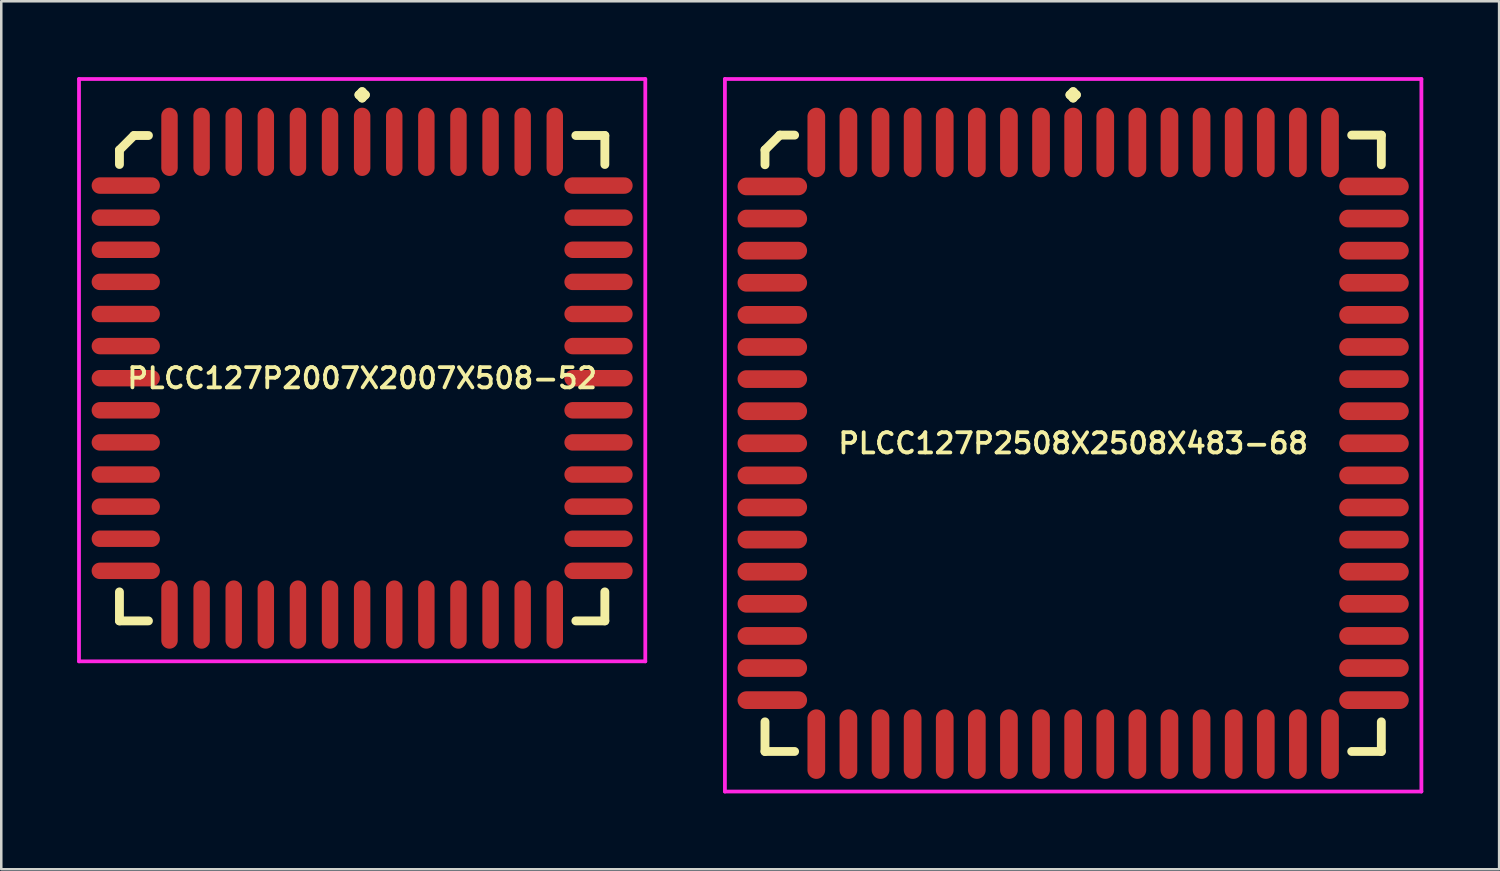
<source format=kicad_pcb>
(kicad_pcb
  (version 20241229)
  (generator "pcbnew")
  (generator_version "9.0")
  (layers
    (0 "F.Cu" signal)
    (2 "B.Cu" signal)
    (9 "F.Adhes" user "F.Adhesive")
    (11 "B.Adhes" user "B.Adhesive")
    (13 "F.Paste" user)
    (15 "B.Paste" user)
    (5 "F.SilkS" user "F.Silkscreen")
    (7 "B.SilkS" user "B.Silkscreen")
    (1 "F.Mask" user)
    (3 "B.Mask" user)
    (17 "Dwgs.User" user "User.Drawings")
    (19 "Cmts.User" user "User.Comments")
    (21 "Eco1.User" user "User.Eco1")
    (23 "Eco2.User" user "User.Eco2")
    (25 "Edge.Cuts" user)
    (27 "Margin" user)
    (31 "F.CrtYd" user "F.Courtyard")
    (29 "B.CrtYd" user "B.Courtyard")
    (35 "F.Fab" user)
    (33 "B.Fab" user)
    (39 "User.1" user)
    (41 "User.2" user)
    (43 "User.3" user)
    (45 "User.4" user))
  (footprint "PLCC127P2007X2007X508-52"
    (layer "F.Cu")
    (at 11.275 11.91)
    (property "Reference" "PLCC127P2007X2007X508-52" (at 0 0 0) (layer "F.SilkS") (effects (font (size 0.8 0.8) (thickness 0.15))))
    (attr smd)
    (fp_line (start -9.6 -9.027) (end -9.027 -9.6) (stroke (width 0.35) (type solid)) (layer "F.SilkS"))
    (fp_line (start -9.6 -8.453) (end -9.6 -9.027) (stroke (width 0.35) (type solid)) (layer "F.SilkS"))
    (fp_line (start -9.6 8.453) (end -9.6 9.6) (stroke (width 0.35) (type solid)) (layer "F.SilkS"))
    (fp_line (start -9.6 9.6) (end -8.453 9.6) (stroke (width 0.35) (type solid)) (layer "F.SilkS"))
    (fp_line (start -9.027 -9.6) (end -8.453 -9.6) (stroke (width 0.35) (type solid)) (layer "F.SilkS"))
    (fp_line (start -0.127 -11.208) (end 0 -11.335) (stroke (width 0.35) (type solid)) (layer "F.SilkS"))
    (fp_line (start 0 -11.335) (end 0.127 -11.208) (stroke (width 0.35) (type solid)) (layer "F.SilkS"))
    (fp_line (start 0 -11.081) (end -0.127 -11.208) (stroke (width 0.35) (type solid)) (layer "F.SilkS"))
    (fp_line (start 0.127 -11.208) (end 0 -11.081) (stroke (width 0.35) (type solid)) (layer "F.SilkS"))
    (fp_line (start 9.6 -9.6) (end 8.453 -9.6) (stroke (width 0.35) (type solid)) (layer "F.SilkS"))
    (fp_line (start 9.6 -8.453) (end 9.6 -9.6) (stroke (width 0.35) (type solid)) (layer "F.SilkS"))
    (fp_line (start 9.6 8.453) (end 9.6 9.6) (stroke (width 0.35) (type solid)) (layer "F.SilkS"))
    (fp_line (start 9.6 9.6) (end 8.453 9.6) (stroke (width 0.35) (type solid)) (layer "F.SilkS"))
    (fp_line (start -11.2 -11.835) (end 11.2 -11.835) (stroke (width 0.15) (type solid)) (layer "F.CrtYd"))
    (fp_line (start -11.2 11.2) (end -11.2 -11.835) (stroke (width 0.15) (type solid)) (layer "F.CrtYd"))
    (fp_line (start 11.2 -11.835) (end 11.2 11.2) (stroke (width 0.15) (type solid)) (layer "F.CrtYd"))
    (fp_line (start 11.2 11.2) (end -11.2 11.2) (stroke (width 0.15) (type solid)) (layer "F.CrtYd"))
    (pad "1" smd oval (at 0 -9.35) (size 0.65 2.7) (layers "F.Cu" "F.Mask" "F.Paste"))
    (pad "2" smd oval (at -1.27 -9.35) (size 0.65 2.7) (layers "F.Cu" "F.Mask" "F.Paste"))
    (pad "3" smd oval (at -2.54 -9.35) (size 0.65 2.7) (layers "F.Cu" "F.Mask" "F.Paste"))
    (pad "4" smd oval (at -3.81 -9.35) (size 0.65 2.7) (layers "F.Cu" "F.Mask" "F.Paste"))
    (pad "5" smd oval (at -5.08 -9.35) (size 0.65 2.7) (layers "F.Cu" "F.Mask" "F.Paste"))
    (pad "6" smd oval (at -6.35 -9.35) (size 0.65 2.7) (layers "F.Cu" "F.Mask" "F.Paste"))
    (pad "7" smd oval (at -7.62 -9.35) (size 0.65 2.7) (layers "F.Cu" "F.Mask" "F.Paste"))
    (pad "8" smd oval (at -9.35 -7.62) (size 2.7 0.65) (layers "F.Cu" "F.Mask" "F.Paste"))
    (pad "9" smd oval (at -9.35 -6.35) (size 2.7 0.65) (layers "F.Cu" "F.Mask" "F.Paste"))
    (pad "10" smd oval (at -9.35 -5.08) (size 2.7 0.65) (layers "F.Cu" "F.Mask" "F.Paste"))
    (pad "11" smd oval (at -9.35 -3.81) (size 2.7 0.65) (layers "F.Cu" "F.Mask" "F.Paste"))
    (pad "12" smd oval (at -9.35 -2.54) (size 2.7 0.65) (layers "F.Cu" "F.Mask" "F.Paste"))
    (pad "13" smd oval (at -9.35 -1.27) (size 2.7 0.65) (layers "F.Cu" "F.Mask" "F.Paste"))
    (pad "14" smd oval (at -9.35 0) (size 2.7 0.65) (layers "F.Cu" "F.Mask" "F.Paste"))
    (pad "15" smd oval (at -9.35 1.27) (size 2.7 0.65) (layers "F.Cu" "F.Mask" "F.Paste"))
    (pad "16" smd oval (at -9.35 2.54) (size 2.7 0.65) (layers "F.Cu" "F.Mask" "F.Paste"))
    (pad "17" smd oval (at -9.35 3.81) (size 2.7 0.65) (layers "F.Cu" "F.Mask" "F.Paste"))
    (pad "18" smd oval (at -9.35 5.08) (size 2.7 0.65) (layers "F.Cu" "F.Mask" "F.Paste"))
    (pad "19" smd oval (at -9.35 6.35) (size 2.7 0.65) (layers "F.Cu" "F.Mask" "F.Paste"))
    (pad "20" smd oval (at -9.35 7.62) (size 2.7 0.65) (layers "F.Cu" "F.Mask" "F.Paste"))
    (pad "21" smd oval (at -7.62 9.35) (size 0.65 2.7) (layers "F.Cu" "F.Mask" "F.Paste"))
    (pad "22" smd oval (at -6.35 9.35) (size 0.65 2.7) (layers "F.Cu" "F.Mask" "F.Paste"))
    (pad "23" smd oval (at -5.08 9.35) (size 0.65 2.7) (layers "F.Cu" "F.Mask" "F.Paste"))
    (pad "24" smd oval (at -3.81 9.35) (size 0.65 2.7) (layers "F.Cu" "F.Mask" "F.Paste"))
    (pad "25" smd oval (at -2.54 9.35) (size 0.65 2.7) (layers "F.Cu" "F.Mask" "F.Paste"))
    (pad "26" smd oval (at -1.27 9.35) (size 0.65 2.7) (layers "F.Cu" "F.Mask" "F.Paste"))
    (pad "27" smd oval (at 0 9.35) (size 0.65 2.7) (layers "F.Cu" "F.Mask" "F.Paste"))
    (pad "28" smd oval (at 1.27 9.35) (size 0.65 2.7) (layers "F.Cu" "F.Mask" "F.Paste"))
    (pad "29" smd oval (at 2.54 9.35) (size 0.65 2.7) (layers "F.Cu" "F.Mask" "F.Paste"))
    (pad "30" smd oval (at 3.81 9.35) (size 0.65 2.7) (layers "F.Cu" "F.Mask" "F.Paste"))
    (pad "31" smd oval (at 5.08 9.35) (size 0.65 2.7) (layers "F.Cu" "F.Mask" "F.Paste"))
    (pad "32" smd oval (at 6.35 9.35) (size 0.65 2.7) (layers "F.Cu" "F.Mask" "F.Paste"))
    (pad "33" smd oval (at 7.62 9.35) (size 0.65 2.7) (layers "F.Cu" "F.Mask" "F.Paste"))
    (pad "34" smd oval (at 9.35 7.62) (size 2.7 0.65) (layers "F.Cu" "F.Mask" "F.Paste"))
    (pad "35" smd oval (at 9.35 6.35) (size 2.7 0.65) (layers "F.Cu" "F.Mask" "F.Paste"))
    (pad "36" smd oval (at 9.35 5.08) (size 2.7 0.65) (layers "F.Cu" "F.Mask" "F.Paste"))
    (pad "37" smd oval (at 9.35 3.81) (size 2.7 0.65) (layers "F.Cu" "F.Mask" "F.Paste"))
    (pad "38" smd oval (at 9.35 2.54) (size 2.7 0.65) (layers "F.Cu" "F.Mask" "F.Paste"))
    (pad "39" smd oval (at 9.35 1.27) (size 2.7 0.65) (layers "F.Cu" "F.Mask" "F.Paste"))
    (pad "40" smd oval (at 9.35 0) (size 2.7 0.65) (layers "F.Cu" "F.Mask" "F.Paste"))
    (pad "41" smd oval (at 9.35 -1.27) (size 2.7 0.65) (layers "F.Cu" "F.Mask" "F.Paste"))
    (pad "42" smd oval (at 9.35 -2.54) (size 2.7 0.65) (layers "F.Cu" "F.Mask" "F.Paste"))
    (pad "43" smd oval (at 9.35 -3.81) (size 2.7 0.65) (layers "F.Cu" "F.Mask" "F.Paste"))
    (pad "44" smd oval (at 9.35 -5.08) (size 2.7 0.65) (layers "F.Cu" "F.Mask" "F.Paste"))
    (pad "45" smd oval (at 9.35 -6.35) (size 2.7 0.65) (layers "F.Cu" "F.Mask" "F.Paste"))
    (pad "46" smd oval (at 9.35 -7.62) (size 2.7 0.65) (layers "F.Cu" "F.Mask" "F.Paste"))
    (pad "47" smd oval (at 7.62 -9.35) (size 0.65 2.7) (layers "F.Cu" "F.Mask" "F.Paste"))
    (pad "48" smd oval (at 6.35 -9.35) (size 0.65 2.7) (layers "F.Cu" "F.Mask" "F.Paste"))
    (pad "49" smd oval (at 5.08 -9.35) (size 0.65 2.7) (layers "F.Cu" "F.Mask" "F.Paste"))
    (pad "50" smd oval (at 3.81 -9.35) (size 0.65 2.7) (layers "F.Cu" "F.Mask" "F.Paste"))
    (pad "51" smd oval (at 2.54 -9.35) (size 0.65 2.7) (layers "F.Cu" "F.Mask" "F.Paste"))
    (pad "52" smd oval (at 1.27 -9.35) (size 0.65 2.7) (layers "F.Cu" "F.Mask" "F.Paste")))
  (footprint "PLCC127P2508X2508X483-68"
    (layer "F.Cu")
    (at 39.4 14.485)
    (property "Reference" "PLCC127P2508X2508X483-68" (at 0 0 0) (layer "F.SilkS") (effects (font (size 0.8 0.8) (thickness 0.15))))
    (attr smd)
    (fp_line (start -12.19 -11.604) (end -11.604 -12.19) (stroke (width 0.35) (type solid)) (layer "F.SilkS"))
    (fp_line (start -12.19 -11.018) (end -12.19 -11.604) (stroke (width 0.35) (type solid)) (layer "F.SilkS"))
    (fp_line (start -12.19 11.018) (end -12.19 12.19) (stroke (width 0.35) (type solid)) (layer "F.SilkS"))
    (fp_line (start -12.19 12.19) (end -11.018 12.19) (stroke (width 0.35) (type solid)) (layer "F.SilkS"))
    (fp_line (start -11.604 -12.19) (end -11.018 -12.19) (stroke (width 0.35) (type solid)) (layer "F.SilkS"))
    (fp_line (start -0.127 -13.783) (end 0 -13.91) (stroke (width 0.35) (type solid)) (layer "F.SilkS"))
    (fp_line (start 0 -13.91) (end 0.127 -13.783) (stroke (width 0.35) (type solid)) (layer "F.SilkS"))
    (fp_line (start 0 -13.656) (end -0.127 -13.783) (stroke (width 0.35) (type solid)) (layer "F.SilkS"))
    (fp_line (start 0.127 -13.783) (end 0 -13.656) (stroke (width 0.35) (type solid)) (layer "F.SilkS"))
    (fp_line (start 12.19 -12.19) (end 11.018 -12.19) (stroke (width 0.35) (type solid)) (layer "F.SilkS"))
    (fp_line (start 12.19 -11.018) (end 12.19 -12.19) (stroke (width 0.35) (type solid)) (layer "F.SilkS"))
    (fp_line (start 12.19 11.018) (end 12.19 12.19) (stroke (width 0.35) (type solid)) (layer "F.SilkS"))
    (fp_line (start 12.19 12.19) (end 11.018 12.19) (stroke (width 0.35) (type solid)) (layer "F.SilkS"))
    (fp_line (start -13.775 -14.41) (end 13.775 -14.41) (stroke (width 0.15) (type solid)) (layer "F.CrtYd"))
    (fp_line (start -13.775 13.775) (end -13.775 -14.41) (stroke (width 0.15) (type solid)) (layer "F.CrtYd"))
    (fp_line (start 13.775 -14.41) (end 13.775 13.775) (stroke (width 0.15) (type solid)) (layer "F.CrtYd"))
    (fp_line (start 13.775 13.775) (end -13.775 13.775) (stroke (width 0.15) (type solid)) (layer "F.CrtYd"))
    (pad "1" smd oval (at 0 -11.9) (size 0.7 2.75) (layers "F.Cu" "F.Mask" "F.Paste"))
    (pad "2" smd oval (at -1.27 -11.9) (size 0.7 2.75) (layers "F.Cu" "F.Mask" "F.Paste"))
    (pad "3" smd oval (at -2.54 -11.9) (size 0.7 2.75) (layers "F.Cu" "F.Mask" "F.Paste"))
    (pad "4" smd oval (at -3.81 -11.9) (size 0.7 2.75) (layers "F.Cu" "F.Mask" "F.Paste"))
    (pad "5" smd oval (at -5.08 -11.9) (size 0.7 2.75) (layers "F.Cu" "F.Mask" "F.Paste"))
    (pad "6" smd oval (at -6.35 -11.9) (size 0.7 2.75) (layers "F.Cu" "F.Mask" "F.Paste"))
    (pad "7" smd oval (at -7.62 -11.9) (size 0.7 2.75) (layers "F.Cu" "F.Mask" "F.Paste"))
    (pad "8" smd oval (at -8.89 -11.9) (size 0.7 2.75) (layers "F.Cu" "F.Mask" "F.Paste"))
    (pad "9" smd oval (at -10.16 -11.9) (size 0.7 2.75) (layers "F.Cu" "F.Mask" "F.Paste"))
    (pad "10" smd oval (at -11.9 -10.16) (size 2.75 0.7) (layers "F.Cu" "F.Mask" "F.Paste"))
    (pad "11" smd oval (at -11.9 -8.89) (size 2.75 0.7) (layers "F.Cu" "F.Mask" "F.Paste"))
    (pad "12" smd oval (at -11.9 -7.62) (size 2.75 0.7) (layers "F.Cu" "F.Mask" "F.Paste"))
    (pad "13" smd oval (at -11.9 -6.35) (size 2.75 0.7) (layers "F.Cu" "F.Mask" "F.Paste"))
    (pad "14" smd oval (at -11.9 -5.08) (size 2.75 0.7) (layers "F.Cu" "F.Mask" "F.Paste"))
    (pad "15" smd oval (at -11.9 -3.81) (size 2.75 0.7) (layers "F.Cu" "F.Mask" "F.Paste"))
    (pad "16" smd oval (at -11.9 -2.54) (size 2.75 0.7) (layers "F.Cu" "F.Mask" "F.Paste"))
    (pad "17" smd oval (at -11.9 -1.27) (size 2.75 0.7) (layers "F.Cu" "F.Mask" "F.Paste"))
    (pad "18" smd oval (at -11.9 0) (size 2.75 0.7) (layers "F.Cu" "F.Mask" "F.Paste"))
    (pad "19" smd oval (at -11.9 1.27) (size 2.75 0.7) (layers "F.Cu" "F.Mask" "F.Paste"))
    (pad "20" smd oval (at -11.9 2.54) (size 2.75 0.7) (layers "F.Cu" "F.Mask" "F.Paste"))
    (pad "21" smd oval (at -11.9 3.81) (size 2.75 0.7) (layers "F.Cu" "F.Mask" "F.Paste"))
    (pad "22" smd oval (at -11.9 5.08) (size 2.75 0.7) (layers "F.Cu" "F.Mask" "F.Paste"))
    (pad "23" smd oval (at -11.9 6.35) (size 2.75 0.7) (layers "F.Cu" "F.Mask" "F.Paste"))
    (pad "24" smd oval (at -11.9 7.62) (size 2.75 0.7) (layers "F.Cu" "F.Mask" "F.Paste"))
    (pad "25" smd oval (at -11.9 8.89) (size 2.75 0.7) (layers "F.Cu" "F.Mask" "F.Paste"))
    (pad "26" smd oval (at -11.9 10.16) (size 2.75 0.7) (layers "F.Cu" "F.Mask" "F.Paste"))
    (pad "27" smd oval (at -10.16 11.9) (size 0.7 2.75) (layers "F.Cu" "F.Mask" "F.Paste"))
    (pad "28" smd oval (at -8.89 11.9) (size 0.7 2.75) (layers "F.Cu" "F.Mask" "F.Paste"))
    (pad "29" smd oval (at -7.62 11.9) (size 0.7 2.75) (layers "F.Cu" "F.Mask" "F.Paste"))
    (pad "30" smd oval (at -6.35 11.9) (size 0.7 2.75) (layers "F.Cu" "F.Mask" "F.Paste"))
    (pad "31" smd oval (at -5.08 11.9) (size 0.7 2.75) (layers "F.Cu" "F.Mask" "F.Paste"))
    (pad "32" smd oval (at -3.81 11.9) (size 0.7 2.75) (layers "F.Cu" "F.Mask" "F.Paste"))
    (pad "33" smd oval (at -2.54 11.9) (size 0.7 2.75) (layers "F.Cu" "F.Mask" "F.Paste"))
    (pad "34" smd oval (at -1.27 11.9) (size 0.7 2.75) (layers "F.Cu" "F.Mask" "F.Paste"))
    (pad "35" smd oval (at 0 11.9) (size 0.7 2.75) (layers "F.Cu" "F.Mask" "F.Paste"))
    (pad "36" smd oval (at 1.27 11.9) (size 0.7 2.75) (layers "F.Cu" "F.Mask" "F.Paste"))
    (pad "37" smd oval (at 2.54 11.9) (size 0.7 2.75) (layers "F.Cu" "F.Mask" "F.Paste"))
    (pad "38" smd oval (at 3.81 11.9) (size 0.7 2.75) (layers "F.Cu" "F.Mask" "F.Paste"))
    (pad "39" smd oval (at 5.08 11.9) (size 0.7 2.75) (layers "F.Cu" "F.Mask" "F.Paste"))
    (pad "40" smd oval (at 6.35 11.9) (size 0.7 2.75) (layers "F.Cu" "F.Mask" "F.Paste"))
    (pad "41" smd oval (at 7.62 11.9) (size 0.7 2.75) (layers "F.Cu" "F.Mask" "F.Paste"))
    (pad "42" smd oval (at 8.89 11.9) (size 0.7 2.75) (layers "F.Cu" "F.Mask" "F.Paste"))
    (pad "43" smd oval (at 10.16 11.9) (size 0.7 2.75) (layers "F.Cu" "F.Mask" "F.Paste"))
    (pad "44" smd oval (at 11.9 10.16) (size 2.75 0.7) (layers "F.Cu" "F.Mask" "F.Paste"))
    (pad "45" smd oval (at 11.9 8.89) (size 2.75 0.7) (layers "F.Cu" "F.Mask" "F.Paste"))
    (pad "46" smd oval (at 11.9 7.62) (size 2.75 0.7) (layers "F.Cu" "F.Mask" "F.Paste"))
    (pad "47" smd oval (at 11.9 6.35) (size 2.75 0.7) (layers "F.Cu" "F.Mask" "F.Paste"))
    (pad "48" smd oval (at 11.9 5.08) (size 2.75 0.7) (layers "F.Cu" "F.Mask" "F.Paste"))
    (pad "49" smd oval (at 11.9 3.81) (size 2.75 0.7) (layers "F.Cu" "F.Mask" "F.Paste"))
    (pad "50" smd oval (at 11.9 2.54) (size 2.75 0.7) (layers "F.Cu" "F.Mask" "F.Paste"))
    (pad "51" smd oval (at 11.9 1.27) (size 2.75 0.7) (layers "F.Cu" "F.Mask" "F.Paste"))
    (pad "52" smd oval (at 11.9 0) (size 2.75 0.7) (layers "F.Cu" "F.Mask" "F.Paste"))
    (pad "53" smd oval (at 11.9 -1.27) (size 2.75 0.7) (layers "F.Cu" "F.Mask" "F.Paste"))
    (pad "54" smd oval (at 11.9 -2.54) (size 2.75 0.7) (layers "F.Cu" "F.Mask" "F.Paste"))
    (pad "55" smd oval (at 11.9 -3.81) (size 2.75 0.7) (layers "F.Cu" "F.Mask" "F.Paste"))
    (pad "56" smd oval (at 11.9 -5.08) (size 2.75 0.7) (layers "F.Cu" "F.Mask" "F.Paste"))
    (pad "57" smd oval (at 11.9 -6.35) (size 2.75 0.7) (layers "F.Cu" "F.Mask" "F.Paste"))
    (pad "58" smd oval (at 11.9 -7.62) (size 2.75 0.7) (layers "F.Cu" "F.Mask" "F.Paste"))
    (pad "59" smd oval (at 11.9 -8.89) (size 2.75 0.7) (layers "F.Cu" "F.Mask" "F.Paste"))
    (pad "60" smd oval (at 11.9 -10.16) (size 2.75 0.7) (layers "F.Cu" "F.Mask" "F.Paste"))
    (pad "61" smd oval (at 10.16 -11.9) (size 0.7 2.75) (layers "F.Cu" "F.Mask" "F.Paste"))
    (pad "62" smd oval (at 8.89 -11.9) (size 0.7 2.75) (layers "F.Cu" "F.Mask" "F.Paste"))
    (pad "63" smd oval (at 7.62 -11.9) (size 0.7 2.75) (layers "F.Cu" "F.Mask" "F.Paste"))
    (pad "64" smd oval (at 6.35 -11.9) (size 0.7 2.75) (layers "F.Cu" "F.Mask" "F.Paste"))
    (pad "65" smd oval (at 5.08 -11.9) (size 0.7 2.75) (layers "F.Cu" "F.Mask" "F.Paste"))
    (pad "66" smd oval (at 3.81 -11.9) (size 0.7 2.75) (layers "F.Cu" "F.Mask" "F.Paste"))
    (pad "67" smd oval (at 2.54 -11.9) (size 0.7 2.75) (layers "F.Cu" "F.Mask" "F.Paste"))
    (pad "68" smd oval (at 1.27 -11.9) (size 0.7 2.75) (layers "F.Cu" "F.Mask" "F.Paste")))
  (gr_rect
    (start -3 -3)
    (end 56.25 31.335)
    (stroke (width 0.1) (type default))
    (fill no)
    (layer "Edge.Cuts")))
</source>
